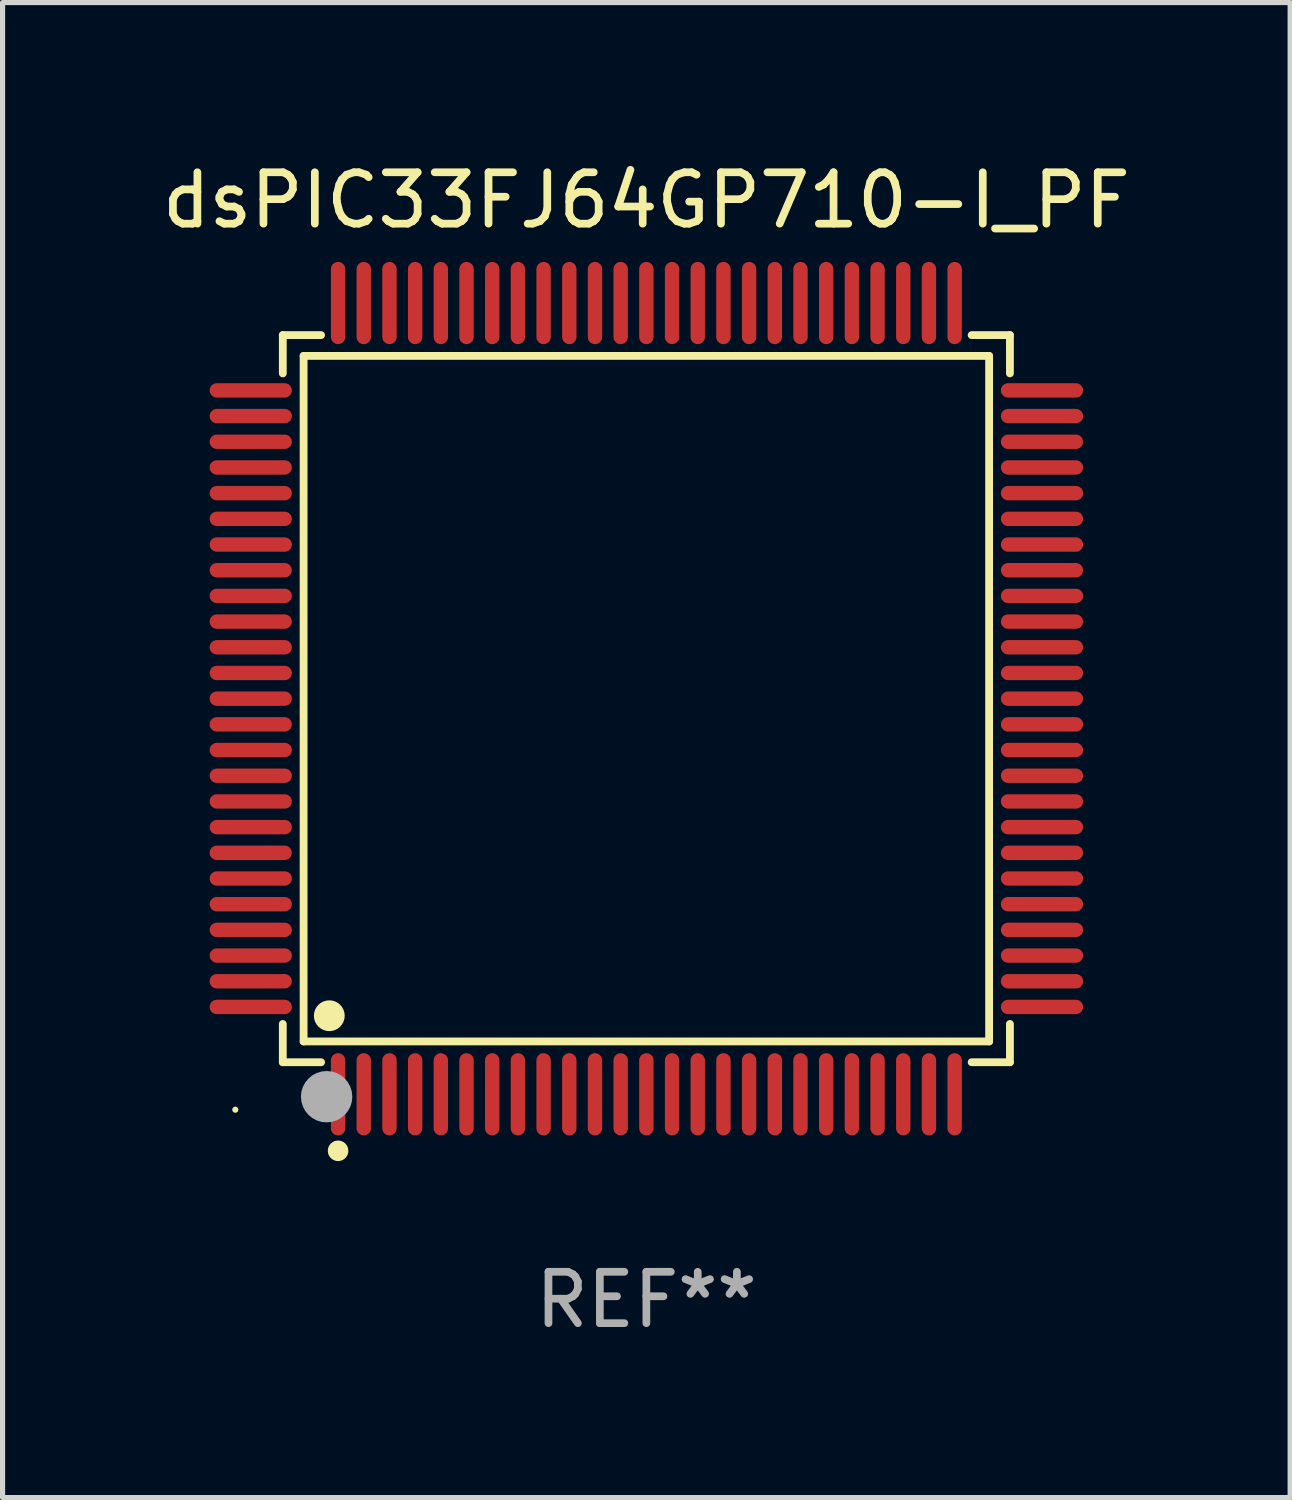
<source format=kicad_pcb>
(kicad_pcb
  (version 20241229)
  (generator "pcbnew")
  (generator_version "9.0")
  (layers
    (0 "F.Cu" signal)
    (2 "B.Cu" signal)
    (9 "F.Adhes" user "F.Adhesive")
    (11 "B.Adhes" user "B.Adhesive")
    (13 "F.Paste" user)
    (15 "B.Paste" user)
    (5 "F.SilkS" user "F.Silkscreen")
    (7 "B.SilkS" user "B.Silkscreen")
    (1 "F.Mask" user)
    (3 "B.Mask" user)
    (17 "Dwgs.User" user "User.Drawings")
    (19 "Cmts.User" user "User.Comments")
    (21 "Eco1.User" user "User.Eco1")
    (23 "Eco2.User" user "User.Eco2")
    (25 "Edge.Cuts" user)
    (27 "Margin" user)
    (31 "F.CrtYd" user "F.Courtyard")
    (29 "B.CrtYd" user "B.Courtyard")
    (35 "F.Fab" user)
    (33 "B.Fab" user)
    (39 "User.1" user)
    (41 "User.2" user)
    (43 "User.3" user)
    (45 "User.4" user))
  (footprint "dsPIC33FJ64GP710-I_PF"
    (layer "F.Cu")
    (at 9.53 10.548)
    (property "Reference" "dsPIC33FJ64GP710-I_PF" (at 0 -9.7 0) (layer "F.SilkS") (effects (font (size 1 1) (thickness 0.15))))
    (attr through_hole)
    (fp_line (start -7.076 -7.076) (end -6.331 -7.076) (stroke (width 0.152) (type solid)) (layer "F.SilkS"))
    (fp_line (start -7.076 -6.331) (end -7.076 -7.076) (stroke (width 0.152) (type solid)) (layer "F.SilkS"))
    (fp_line (start -7.076 6.331) (end -7.076 7.076) (stroke (width 0.152) (type solid)) (layer "F.SilkS"))
    (fp_line (start -7.076 7.076) (end -6.331 7.076) (stroke (width 0.152) (type solid)) (layer "F.SilkS"))
    (fp_line (start -6.671 -6.671) (end 6.671 -6.671) (stroke (width 0.152) (type solid)) (layer "F.SilkS"))
    (fp_line (start -6.671 6.671) (end -6.671 -6.671) (stroke (width 0.152) (type solid)) (layer "F.SilkS"))
    (fp_line (start 6.671 -6.671) (end 6.671 6.671) (stroke (width 0.152) (type solid)) (layer "F.SilkS"))
    (fp_line (start 6.671 6.671) (end -6.671 6.671) (stroke (width 0.152) (type solid)) (layer "F.SilkS"))
    (fp_line (start 7.076 -7.076) (end 6.331 -7.076) (stroke (width 0.152) (type solid)) (layer "F.SilkS"))
    (fp_line (start 7.076 -6.331) (end 7.076 -7.076) (stroke (width 0.152) (type solid)) (layer "F.SilkS"))
    (fp_line (start 7.076 6.331) (end 7.076 7.076) (stroke (width 0.152) (type solid)) (layer "F.SilkS"))
    (fp_line (start 7.076 7.076) (end 6.331 7.076) (stroke (width 0.152) (type solid)) (layer "F.SilkS"))
    (fp_circle (center -8 8) (end -7.97 8) (stroke (width 0.06) (type solid)) (fill no) (layer "F.SilkS"))
    (fp_circle (center -6.171 6.171) (end -6.021 6.171) (stroke (width 0.3) (type solid)) (fill no) (layer "F.SilkS"))
    (fp_circle (center -6 8.8) (end -5.9 8.8) (stroke (width 0.2) (type solid)) (fill no) (layer "F.SilkS"))
    (fp_circle (center -6.223 7.747) (end -5.973 7.747) (stroke (width 0.5) (type solid)) (fill no) (layer "F.Fab"))
    (fp_text user "REF**" (at 0 11.7 0) (layer "F.Fab") (effects (font (size 1 1) (thickness 0.15))))
    (pad "1" smd oval (at -6 7.7) (size 0.28 1.6) (layers "F.Cu" "F.Mask" "F.Paste"))
    (pad "2" smd oval (at -5.5 7.7) (size 0.28 1.6) (layers "F.Cu" "F.Mask" "F.Paste"))
    (pad "3" smd oval (at -5 7.7) (size 0.28 1.6) (layers "F.Cu" "F.Mask" "F.Paste"))
    (pad "4" smd oval (at -4.5 7.7) (size 0.28 1.6) (layers "F.Cu" "F.Mask" "F.Paste"))
    (pad "5" smd oval (at -4 7.7) (size 0.28 1.6) (layers "F.Cu" "F.Mask" "F.Paste"))
    (pad "6" smd oval (at -3.5 7.7) (size 0.28 1.6) (layers "F.Cu" "F.Mask" "F.Paste"))
    (pad "7" smd oval (at -3 7.7) (size 0.28 1.6) (layers "F.Cu" "F.Mask" "F.Paste"))
    (pad "8" smd oval (at -2.5 7.7) (size 0.28 1.6) (layers "F.Cu" "F.Mask" "F.Paste"))
    (pad "9" smd oval (at -2 7.7) (size 0.28 1.6) (layers "F.Cu" "F.Mask" "F.Paste"))
    (pad "10" smd oval (at -1.5 7.7) (size 0.28 1.6) (layers "F.Cu" "F.Mask" "F.Paste"))
    (pad "11" smd oval (at -1 7.7) (size 0.28 1.6) (layers "F.Cu" "F.Mask" "F.Paste"))
    (pad "12" smd oval (at -0.5 7.7) (size 0.28 1.6) (layers "F.Cu" "F.Mask" "F.Paste"))
    (pad "13" smd oval (at 0 7.7) (size 0.28 1.6) (layers "F.Cu" "F.Mask" "F.Paste"))
    (pad "14" smd oval (at 0.5 7.7) (size 0.28 1.6) (layers "F.Cu" "F.Mask" "F.Paste"))
    (pad "15" smd oval (at 1 7.7) (size 0.28 1.6) (layers "F.Cu" "F.Mask" "F.Paste"))
    (pad "16" smd oval (at 1.5 7.7) (size 0.28 1.6) (layers "F.Cu" "F.Mask" "F.Paste"))
    (pad "17" smd oval (at 2 7.7) (size 0.28 1.6) (layers "F.Cu" "F.Mask" "F.Paste"))
    (pad "18" smd oval (at 2.5 7.7) (size 0.28 1.6) (layers "F.Cu" "F.Mask" "F.Paste"))
    (pad "19" smd oval (at 3 7.7) (size 0.28 1.6) (layers "F.Cu" "F.Mask" "F.Paste"))
    (pad "20" smd oval (at 3.5 7.7) (size 0.28 1.6) (layers "F.Cu" "F.Mask" "F.Paste"))
    (pad "21" smd oval (at 4 7.7) (size 0.28 1.6) (layers "F.Cu" "F.Mask" "F.Paste"))
    (pad "22" smd oval (at 4.5 7.7) (size 0.28 1.6) (layers "F.Cu" "F.Mask" "F.Paste"))
    (pad "23" smd oval (at 5 7.7) (size 0.28 1.6) (layers "F.Cu" "F.Mask" "F.Paste"))
    (pad "24" smd oval (at 5.5 7.7) (size 0.28 1.6) (layers "F.Cu" "F.Mask" "F.Paste"))
    (pad "25" smd oval (at 6 7.7) (size 0.28 1.6) (layers "F.Cu" "F.Mask" "F.Paste"))
    (pad "26" smd oval (at 7.7 6) (size 1.6 0.28) (layers "F.Cu" "F.Mask" "F.Paste"))
    (pad "27" smd oval (at 7.7 5.5) (size 1.6 0.28) (layers "F.Cu" "F.Mask" "F.Paste"))
    (pad "28" smd oval (at 7.7 5) (size 1.6 0.28) (layers "F.Cu" "F.Mask" "F.Paste"))
    (pad "29" smd oval (at 7.7 4.5) (size 1.6 0.28) (layers "F.Cu" "F.Mask" "F.Paste"))
    (pad "30" smd oval (at 7.7 4) (size 1.6 0.28) (layers "F.Cu" "F.Mask" "F.Paste"))
    (pad "31" smd oval (at 7.7 3.5) (size 1.6 0.28) (layers "F.Cu" "F.Mask" "F.Paste"))
    (pad "32" smd oval (at 7.7 3) (size 1.6 0.28) (layers "F.Cu" "F.Mask" "F.Paste"))
    (pad "33" smd oval (at 7.7 2.5) (size 1.6 0.28) (layers "F.Cu" "F.Mask" "F.Paste"))
    (pad "34" smd oval (at 7.7 2) (size 1.6 0.28) (layers "F.Cu" "F.Mask" "F.Paste"))
    (pad "35" smd oval (at 7.7 1.5) (size 1.6 0.28) (layers "F.Cu" "F.Mask" "F.Paste"))
    (pad "36" smd oval (at 7.7 1) (size 1.6 0.28) (layers "F.Cu" "F.Mask" "F.Paste"))
    (pad "37" smd oval (at 7.7 0.5) (size 1.6 0.28) (layers "F.Cu" "F.Mask" "F.Paste"))
    (pad "38" smd oval (at 7.7 0) (size 1.6 0.28) (layers "F.Cu" "F.Mask" "F.Paste"))
    (pad "39" smd oval (at 7.7 -0.5) (size 1.6 0.28) (layers "F.Cu" "F.Mask" "F.Paste"))
    (pad "40" smd oval (at 7.7 -1) (size 1.6 0.28) (layers "F.Cu" "F.Mask" "F.Paste"))
    (pad "41" smd oval (at 7.7 -1.5) (size 1.6 0.28) (layers "F.Cu" "F.Mask" "F.Paste"))
    (pad "42" smd oval (at 7.7 -2) (size 1.6 0.28) (layers "F.Cu" "F.Mask" "F.Paste"))
    (pad "43" smd oval (at 7.7 -2.5) (size 1.6 0.28) (layers "F.Cu" "F.Mask" "F.Paste"))
    (pad "44" smd oval (at 7.7 -3) (size 1.6 0.28) (layers "F.Cu" "F.Mask" "F.Paste"))
    (pad "45" smd oval (at 7.7 -3.5) (size 1.6 0.28) (layers "F.Cu" "F.Mask" "F.Paste"))
    (pad "46" smd oval (at 7.7 -4) (size 1.6 0.28) (layers "F.Cu" "F.Mask" "F.Paste"))
    (pad "47" smd oval (at 7.7 -4.5) (size 1.6 0.28) (layers "F.Cu" "F.Mask" "F.Paste"))
    (pad "48" smd oval (at 7.7 -5) (size 1.6 0.28) (layers "F.Cu" "F.Mask" "F.Paste"))
    (pad "49" smd oval (at 7.7 -5.5) (size 1.6 0.28) (layers "F.Cu" "F.Mask" "F.Paste"))
    (pad "50" smd oval (at 7.7 -6) (size 1.6 0.28) (layers "F.Cu" "F.Mask" "F.Paste"))
    (pad "51" smd oval (at 6 -7.7) (size 0.28 1.6) (layers "F.Cu" "F.Mask" "F.Paste"))
    (pad "52" smd oval (at 5.5 -7.7) (size 0.28 1.6) (layers "F.Cu" "F.Mask" "F.Paste"))
    (pad "53" smd oval (at 5 -7.7) (size 0.28 1.6) (layers "F.Cu" "F.Mask" "F.Paste"))
    (pad "54" smd oval (at 4.5 -7.7) (size 0.28 1.6) (layers "F.Cu" "F.Mask" "F.Paste"))
    (pad "55" smd oval (at 4 -7.7) (size 0.28 1.6) (layers "F.Cu" "F.Mask" "F.Paste"))
    (pad "56" smd oval (at 3.5 -7.7) (size 0.28 1.6) (layers "F.Cu" "F.Mask" "F.Paste"))
    (pad "57" smd oval (at 3 -7.7) (size 0.28 1.6) (layers "F.Cu" "F.Mask" "F.Paste"))
    (pad "58" smd oval (at 2.5 -7.7) (size 0.28 1.6) (layers "F.Cu" "F.Mask" "F.Paste"))
    (pad "59" smd oval (at 2 -7.7) (size 0.28 1.6) (layers "F.Cu" "F.Mask" "F.Paste"))
    (pad "60" smd oval (at 1.5 -7.7) (size 0.28 1.6) (layers "F.Cu" "F.Mask" "F.Paste"))
    (pad "61" smd oval (at 1 -7.7) (size 0.28 1.6) (layers "F.Cu" "F.Mask" "F.Paste"))
    (pad "62" smd oval (at 0.5 -7.7) (size 0.28 1.6) (layers "F.Cu" "F.Mask" "F.Paste"))
    (pad "63" smd oval (at 0 -7.7) (size 0.28 1.6) (layers "F.Cu" "F.Mask" "F.Paste"))
    (pad "64" smd oval (at -0.5 -7.7) (size 0.28 1.6) (layers "F.Cu" "F.Mask" "F.Paste"))
    (pad "65" smd oval (at -1 -7.7) (size 0.28 1.6) (layers "F.Cu" "F.Mask" "F.Paste"))
    (pad "66" smd oval (at -1.5 -7.7) (size 0.28 1.6) (layers "F.Cu" "F.Mask" "F.Paste"))
    (pad "67" smd oval (at -2 -7.7) (size 0.28 1.6) (layers "F.Cu" "F.Mask" "F.Paste"))
    (pad "68" smd oval (at -2.5 -7.7) (size 0.28 1.6) (layers "F.Cu" "F.Mask" "F.Paste"))
    (pad "69" smd oval (at -3 -7.7) (size 0.28 1.6) (layers "F.Cu" "F.Mask" "F.Paste"))
    (pad "70" smd oval (at -3.5 -7.7) (size 0.28 1.6) (layers "F.Cu" "F.Mask" "F.Paste"))
    (pad "71" smd oval (at -4 -7.7) (size 0.28 1.6) (layers "F.Cu" "F.Mask" "F.Paste"))
    (pad "72" smd oval (at -4.5 -7.7) (size 0.28 1.6) (layers "F.Cu" "F.Mask" "F.Paste"))
    (pad "73" smd oval (at -5 -7.7) (size 0.28 1.6) (layers "F.Cu" "F.Mask" "F.Paste"))
    (pad "74" smd oval (at -5.5 -7.7) (size 0.28 1.6) (layers "F.Cu" "F.Mask" "F.Paste"))
    (pad "75" smd oval (at -6 -7.7) (size 0.28 1.6) (layers "F.Cu" "F.Mask" "F.Paste"))
    (pad "76" smd oval (at -7.7 -6) (size 1.6 0.28) (layers "F.Cu" "F.Mask" "F.Paste"))
    (pad "77" smd oval (at -7.7 -5.5) (size 1.6 0.28) (layers "F.Cu" "F.Mask" "F.Paste"))
    (pad "78" smd oval (at -7.7 -5) (size 1.6 0.28) (layers "F.Cu" "F.Mask" "F.Paste"))
    (pad "79" smd oval (at -7.7 -4.5) (size 1.6 0.28) (layers "F.Cu" "F.Mask" "F.Paste"))
    (pad "80" smd oval (at -7.7 -4) (size 1.6 0.28) (layers "F.Cu" "F.Mask" "F.Paste"))
    (pad "81" smd oval (at -7.7 -3.5) (size 1.6 0.28) (layers "F.Cu" "F.Mask" "F.Paste"))
    (pad "82" smd oval (at -7.7 -3) (size 1.6 0.28) (layers "F.Cu" "F.Mask" "F.Paste"))
    (pad "83" smd oval (at -7.7 -2.5) (size 1.6 0.28) (layers "F.Cu" "F.Mask" "F.Paste"))
    (pad "84" smd oval (at -7.7 -2) (size 1.6 0.28) (layers "F.Cu" "F.Mask" "F.Paste"))
    (pad "85" smd oval (at -7.7 -1.5) (size 1.6 0.28) (layers "F.Cu" "F.Mask" "F.Paste"))
    (pad "86" smd oval (at -7.7 -1) (size 1.6 0.28) (layers "F.Cu" "F.Mask" "F.Paste"))
    (pad "87" smd oval (at -7.7 -0.5) (size 1.6 0.28) (layers "F.Cu" "F.Mask" "F.Paste"))
    (pad "88" smd oval (at -7.7 0) (size 1.6 0.28) (layers "F.Cu" "F.Mask" "F.Paste"))
    (pad "89" smd oval (at -7.7 0.5) (size 1.6 0.28) (layers "F.Cu" "F.Mask" "F.Paste"))
    (pad "90" smd oval (at -7.7 1) (size 1.6 0.28) (layers "F.Cu" "F.Mask" "F.Paste"))
    (pad "91" smd oval (at -7.7 1.5) (size 1.6 0.28) (layers "F.Cu" "F.Mask" "F.Paste"))
    (pad "92" smd oval (at -7.7 2) (size 1.6 0.28) (layers "F.Cu" "F.Mask" "F.Paste"))
    (pad "93" smd oval (at -7.7 2.5) (size 1.6 0.28) (layers "F.Cu" "F.Mask" "F.Paste"))
    (pad "94" smd oval (at -7.7 3) (size 1.6 0.28) (layers "F.Cu" "F.Mask" "F.Paste"))
    (pad "95" smd oval (at -7.7 3.5) (size 1.6 0.28) (layers "F.Cu" "F.Mask" "F.Paste"))
    (pad "96" smd oval (at -7.7 4) (size 1.6 0.28) (layers "F.Cu" "F.Mask" "F.Paste"))
    (pad "97" smd oval (at -7.7 4.5) (size 1.6 0.28) (layers "F.Cu" "F.Mask" "F.Paste"))
    (pad "98" smd oval (at -7.7 5) (size 1.6 0.28) (layers "F.Cu" "F.Mask" "F.Paste"))
    (pad "99" smd oval (at -7.7 5.5) (size 1.6 0.28) (layers "F.Cu" "F.Mask" "F.Paste"))
    (pad "100" smd oval (at -7.7 6) (size 1.6 0.28) (layers "F.Cu" "F.Mask" "F.Paste")))
  (gr_rect
    (start -3 -3)
    (end 22.06 26.097)
    (stroke (width 0.1) (type default))
    (fill no)
    (layer "Edge.Cuts")))
</source>
